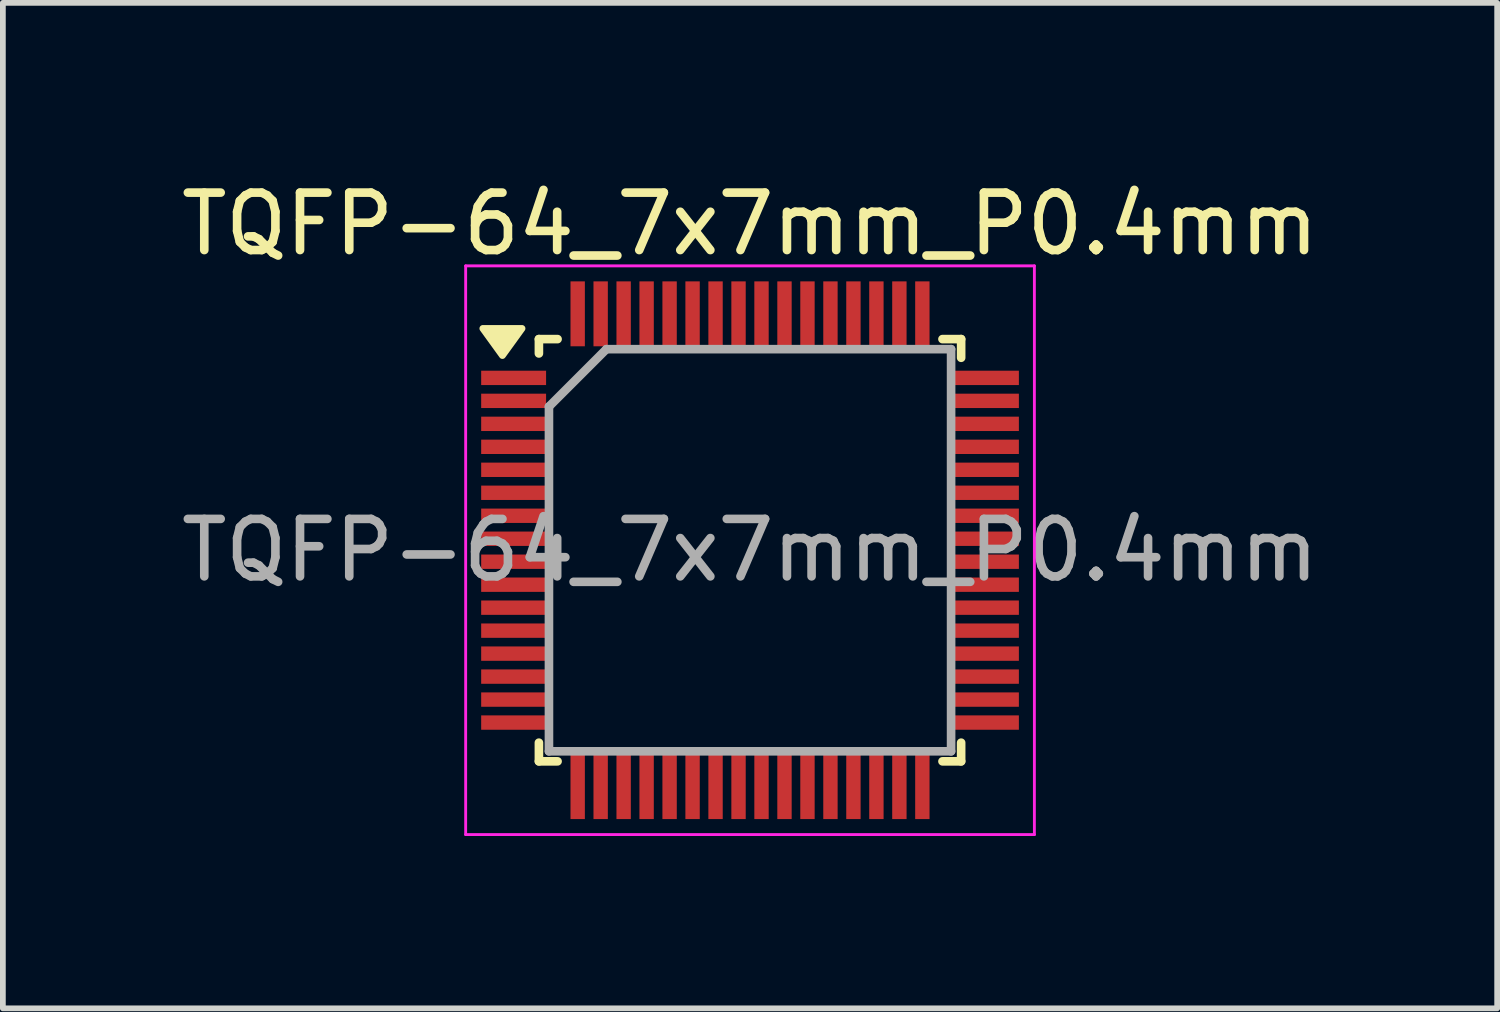
<source format=kicad_pcb>
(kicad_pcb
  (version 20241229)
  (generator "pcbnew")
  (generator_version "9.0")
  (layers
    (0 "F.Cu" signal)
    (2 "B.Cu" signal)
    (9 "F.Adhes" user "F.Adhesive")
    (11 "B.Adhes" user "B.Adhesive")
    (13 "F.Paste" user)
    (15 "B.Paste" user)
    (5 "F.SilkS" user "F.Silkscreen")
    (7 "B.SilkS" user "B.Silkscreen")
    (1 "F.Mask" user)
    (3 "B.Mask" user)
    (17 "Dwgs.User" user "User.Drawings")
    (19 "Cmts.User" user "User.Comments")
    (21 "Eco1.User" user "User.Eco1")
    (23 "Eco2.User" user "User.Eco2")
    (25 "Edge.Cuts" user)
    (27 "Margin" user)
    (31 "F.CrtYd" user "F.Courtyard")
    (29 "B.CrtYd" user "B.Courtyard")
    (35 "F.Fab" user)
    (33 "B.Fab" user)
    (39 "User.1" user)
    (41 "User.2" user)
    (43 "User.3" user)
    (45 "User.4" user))
  (footprint "TQFP-64_7x7mm_P0.4mm"
    (layer "F.Cu")
    (at 10.006 6.528)
    (property "Reference" "TQFP-64_7x7mm_P0.4mm" (at 0 -5.68 0) (layer "F.SilkS") (effects (font (size 1 1) (thickness 0.15))))
    (attr smd)
    (fp_line (start -3.675 -3.675) (end -3.675 -3.425) (stroke (width 0.15) (type solid)) (layer "F.SilkS"))
    (fp_line (start -3.675 -3.675) (end -3.35 -3.675) (stroke (width 0.15) (type solid)) (layer "F.SilkS"))
    (fp_line (start -3.675 3.675) (end -3.675 3.35) (stroke (width 0.15) (type solid)) (layer "F.SilkS"))
    (fp_line (start -3.675 3.675) (end -3.35 3.675) (stroke (width 0.15) (type solid)) (layer "F.SilkS"))
    (fp_line (start 3.675 -3.675) (end 3.35 -3.675) (stroke (width 0.15) (type solid)) (layer "F.SilkS"))
    (fp_line (start 3.675 -3.675) (end 3.675 -3.35) (stroke (width 0.15) (type solid)) (layer "F.SilkS"))
    (fp_line (start 3.675 3.675) (end 3.35 3.675) (stroke (width 0.15) (type solid)) (layer "F.SilkS"))
    (fp_line (start 3.675 3.675) (end 3.675 3.35) (stroke (width 0.15) (type solid)) (layer "F.SilkS"))
    (fp_poly (pts (xy -4.31 -3.39) (xy -4.65 -3.86) (xy -3.97 -3.86) (xy -4.31 -3.39)) (stroke (width 0.12) (type solid)) (fill yes) (layer "F.SilkS"))
    (fp_line (start -4.95 -4.95) (end -4.95 4.95) (stroke (width 0.05) (type solid)) (layer "F.CrtYd"))
    (fp_line (start -4.95 -4.95) (end 4.95 -4.95) (stroke (width 0.05) (type solid)) (layer "F.CrtYd"))
    (fp_line (start -4.95 4.95) (end 4.95 4.95) (stroke (width 0.05) (type solid)) (layer "F.CrtYd"))
    (fp_line (start 4.95 -4.95) (end 4.95 4.95) (stroke (width 0.05) (type solid)) (layer "F.CrtYd"))
    (fp_line (start -3.5 -2.5) (end -2.5 -3.5) (stroke (width 0.15) (type solid)) (layer "F.Fab"))
    (fp_line (start -3.5 3.5) (end -3.5 -2.5) (stroke (width 0.15) (type solid)) (layer "F.Fab"))
    (fp_line (start -2.5 -3.5) (end 3.5 -3.5) (stroke (width 0.15) (type solid)) (layer "F.Fab"))
    (fp_line (start 3.5 -3.5) (end 3.5 3.5) (stroke (width 0.15) (type solid)) (layer "F.Fab"))
    (fp_line (start 3.5 3.5) (end -3.5 3.5) (stroke (width 0.15) (type solid)) (layer "F.Fab"))
    (fp_text user "${REFERENCE}" (at 0 0 0) (layer "F.Fab") (effects (font (size 1 1) (thickness 0.15))))
    (pad "1" smd rect (at -4.115 -3) (size 1.13 0.25) (layers "F.Cu" "F.Mask" "F.Paste"))
    (pad "2" smd rect (at -4.115 -2.6) (size 1.13 0.25) (layers "F.Cu" "F.Mask" "F.Paste"))
    (pad "3" smd rect (at -4.115 -2.2) (size 1.13 0.25) (layers "F.Cu" "F.Mask" "F.Paste"))
    (pad "4" smd rect (at -4.115 -1.8) (size 1.13 0.25) (layers "F.Cu" "F.Mask" "F.Paste"))
    (pad "5" smd rect (at -4.115 -1.4) (size 1.13 0.25) (layers "F.Cu" "F.Mask" "F.Paste"))
    (pad "6" smd rect (at -4.115 -1) (size 1.13 0.25) (layers "F.Cu" "F.Mask" "F.Paste"))
    (pad "7" smd rect (at -4.115 -0.6) (size 1.13 0.25) (layers "F.Cu" "F.Mask" "F.Paste"))
    (pad "8" smd rect (at -4.115 -0.2) (size 1.13 0.25) (layers "F.Cu" "F.Mask" "F.Paste"))
    (pad "9" smd rect (at -4.115 0.2) (size 1.13 0.25) (layers "F.Cu" "F.Mask" "F.Paste"))
    (pad "10" smd rect (at -4.115 0.6) (size 1.13 0.25) (layers "F.Cu" "F.Mask" "F.Paste"))
    (pad "11" smd rect (at -4.115 1) (size 1.13 0.25) (layers "F.Cu" "F.Mask" "F.Paste"))
    (pad "12" smd rect (at -4.115 1.4) (size 1.13 0.25) (layers "F.Cu" "F.Mask" "F.Paste"))
    (pad "13" smd rect (at -4.115 1.8) (size 1.13 0.25) (layers "F.Cu" "F.Mask" "F.Paste"))
    (pad "14" smd rect (at -4.115 2.2) (size 1.13 0.25) (layers "F.Cu" "F.Mask" "F.Paste"))
    (pad "15" smd rect (at -4.115 2.6) (size 1.13 0.25) (layers "F.Cu" "F.Mask" "F.Paste"))
    (pad "16" smd rect (at -4.115 3) (size 1.13 0.25) (layers "F.Cu" "F.Mask" "F.Paste"))
    (pad "17" smd rect (at -3 4.115 90) (size 1.13 0.25) (layers "F.Cu" "F.Mask" "F.Paste"))
    (pad "18" smd rect (at -2.6 4.115 90) (size 1.13 0.25) (layers "F.Cu" "F.Mask" "F.Paste"))
    (pad "19" smd rect (at -2.2 4.115 90) (size 1.13 0.25) (layers "F.Cu" "F.Mask" "F.Paste"))
    (pad "20" smd rect (at -1.8 4.115 90) (size 1.13 0.25) (layers "F.Cu" "F.Mask" "F.Paste"))
    (pad "21" smd rect (at -1.4 4.115 90) (size 1.13 0.25) (layers "F.Cu" "F.Mask" "F.Paste"))
    (pad "22" smd rect (at -1 4.115 90) (size 1.13 0.25) (layers "F.Cu" "F.Mask" "F.Paste"))
    (pad "23" smd rect (at -0.6 4.115 90) (size 1.13 0.25) (layers "F.Cu" "F.Mask" "F.Paste"))
    (pad "24" smd rect (at -0.2 4.115 90) (size 1.13 0.25) (layers "F.Cu" "F.Mask" "F.Paste"))
    (pad "25" smd rect (at 0.2 4.115 90) (size 1.13 0.25) (layers "F.Cu" "F.Mask" "F.Paste"))
    (pad "26" smd rect (at 0.6 4.115 90) (size 1.13 0.25) (layers "F.Cu" "F.Mask" "F.Paste"))
    (pad "27" smd rect (at 1 4.115 90) (size 1.13 0.25) (layers "F.Cu" "F.Mask" "F.Paste"))
    (pad "28" smd rect (at 1.4 4.115 90) (size 1.13 0.25) (layers "F.Cu" "F.Mask" "F.Paste"))
    (pad "29" smd rect (at 1.8 4.115 90) (size 1.13 0.25) (layers "F.Cu" "F.Mask" "F.Paste"))
    (pad "30" smd rect (at 2.2 4.115 90) (size 1.13 0.25) (layers "F.Cu" "F.Mask" "F.Paste"))
    (pad "31" smd rect (at 2.6 4.115 90) (size 1.13 0.25) (layers "F.Cu" "F.Mask" "F.Paste"))
    (pad "32" smd rect (at 3 4.115 90) (size 1.13 0.25) (layers "F.Cu" "F.Mask" "F.Paste"))
    (pad "33" smd rect (at 4.115 3) (size 1.13 0.25) (layers "F.Cu" "F.Mask" "F.Paste"))
    (pad "34" smd rect (at 4.115 2.6) (size 1.13 0.25) (layers "F.Cu" "F.Mask" "F.Paste"))
    (pad "35" smd rect (at 4.115 2.2) (size 1.13 0.25) (layers "F.Cu" "F.Mask" "F.Paste"))
    (pad "36" smd rect (at 4.115 1.8) (size 1.13 0.25) (layers "F.Cu" "F.Mask" "F.Paste"))
    (pad "37" smd rect (at 4.115 1.4) (size 1.13 0.25) (layers "F.Cu" "F.Mask" "F.Paste"))
    (pad "38" smd rect (at 4.115 1) (size 1.13 0.25) (layers "F.Cu" "F.Mask" "F.Paste"))
    (pad "39" smd rect (at 4.115 0.6) (size 1.13 0.25) (layers "F.Cu" "F.Mask" "F.Paste"))
    (pad "40" smd rect (at 4.115 0.2) (size 1.13 0.25) (layers "F.Cu" "F.Mask" "F.Paste"))
    (pad "41" smd rect (at 4.115 -0.2) (size 1.13 0.25) (layers "F.Cu" "F.Mask" "F.Paste"))
    (pad "42" smd rect (at 4.115 -0.6) (size 1.13 0.25) (layers "F.Cu" "F.Mask" "F.Paste"))
    (pad "43" smd rect (at 4.115 -1) (size 1.13 0.25) (layers "F.Cu" "F.Mask" "F.Paste"))
    (pad "44" smd rect (at 4.115 -1.4) (size 1.13 0.25) (layers "F.Cu" "F.Mask" "F.Paste"))
    (pad "45" smd rect (at 4.115 -1.8) (size 1.13 0.25) (layers "F.Cu" "F.Mask" "F.Paste"))
    (pad "46" smd rect (at 4.115 -2.2) (size 1.13 0.25) (layers "F.Cu" "F.Mask" "F.Paste"))
    (pad "47" smd rect (at 4.115 -2.6) (size 1.13 0.25) (layers "F.Cu" "F.Mask" "F.Paste"))
    (pad "48" smd rect (at 4.115 -3) (size 1.13 0.25) (layers "F.Cu" "F.Mask" "F.Paste"))
    (pad "49" smd rect (at 3 -4.115 90) (size 1.13 0.25) (layers "F.Cu" "F.Mask" "F.Paste"))
    (pad "50" smd rect (at 2.6 -4.115 90) (size 1.13 0.25) (layers "F.Cu" "F.Mask" "F.Paste"))
    (pad "51" smd rect (at 2.2 -4.115 90) (size 1.13 0.25) (layers "F.Cu" "F.Mask" "F.Paste"))
    (pad "52" smd rect (at 1.8 -4.115 90) (size 1.13 0.25) (layers "F.Cu" "F.Mask" "F.Paste"))
    (pad "53" smd rect (at 1.4 -4.115 90) (size 1.13 0.25) (layers "F.Cu" "F.Mask" "F.Paste"))
    (pad "54" smd rect (at 1 -4.115 90) (size 1.13 0.25) (layers "F.Cu" "F.Mask" "F.Paste"))
    (pad "55" smd rect (at 0.6 -4.115 90) (size 1.13 0.25) (layers "F.Cu" "F.Mask" "F.Paste"))
    (pad "56" smd rect (at 0.2 -4.115 90) (size 1.13 0.25) (layers "F.Cu" "F.Mask" "F.Paste"))
    (pad "57" smd rect (at -0.2 -4.115 90) (size 1.13 0.25) (layers "F.Cu" "F.Mask" "F.Paste"))
    (pad "58" smd rect (at -0.6 -4.115 90) (size 1.13 0.25) (layers "F.Cu" "F.Mask" "F.Paste"))
    (pad "59" smd rect (at -1 -4.115 90) (size 1.13 0.25) (layers "F.Cu" "F.Mask" "F.Paste"))
    (pad "60" smd rect (at -1.4 -4.115 90) (size 1.13 0.25) (layers "F.Cu" "F.Mask" "F.Paste"))
    (pad "61" smd rect (at -1.8 -4.115 90) (size 1.13 0.25) (layers "F.Cu" "F.Mask" "F.Paste"))
    (pad "62" smd rect (at -2.2 -4.115 90) (size 1.13 0.25) (layers "F.Cu" "F.Mask" "F.Paste"))
    (pad "63" smd rect (at -2.6 -4.115 90) (size 1.13 0.25) (layers "F.Cu" "F.Mask" "F.Paste"))
    (pad "64" smd rect (at -3 -4.115 90) (size 1.13 0.25) (layers "F.Cu" "F.Mask" "F.Paste")))
  (gr_rect
    (start -3 -3)
    (end 23.012 14.503)
    (stroke (width 0.1) (type default))
    (fill no)
    (layer "Edge.Cuts")))
</source>
